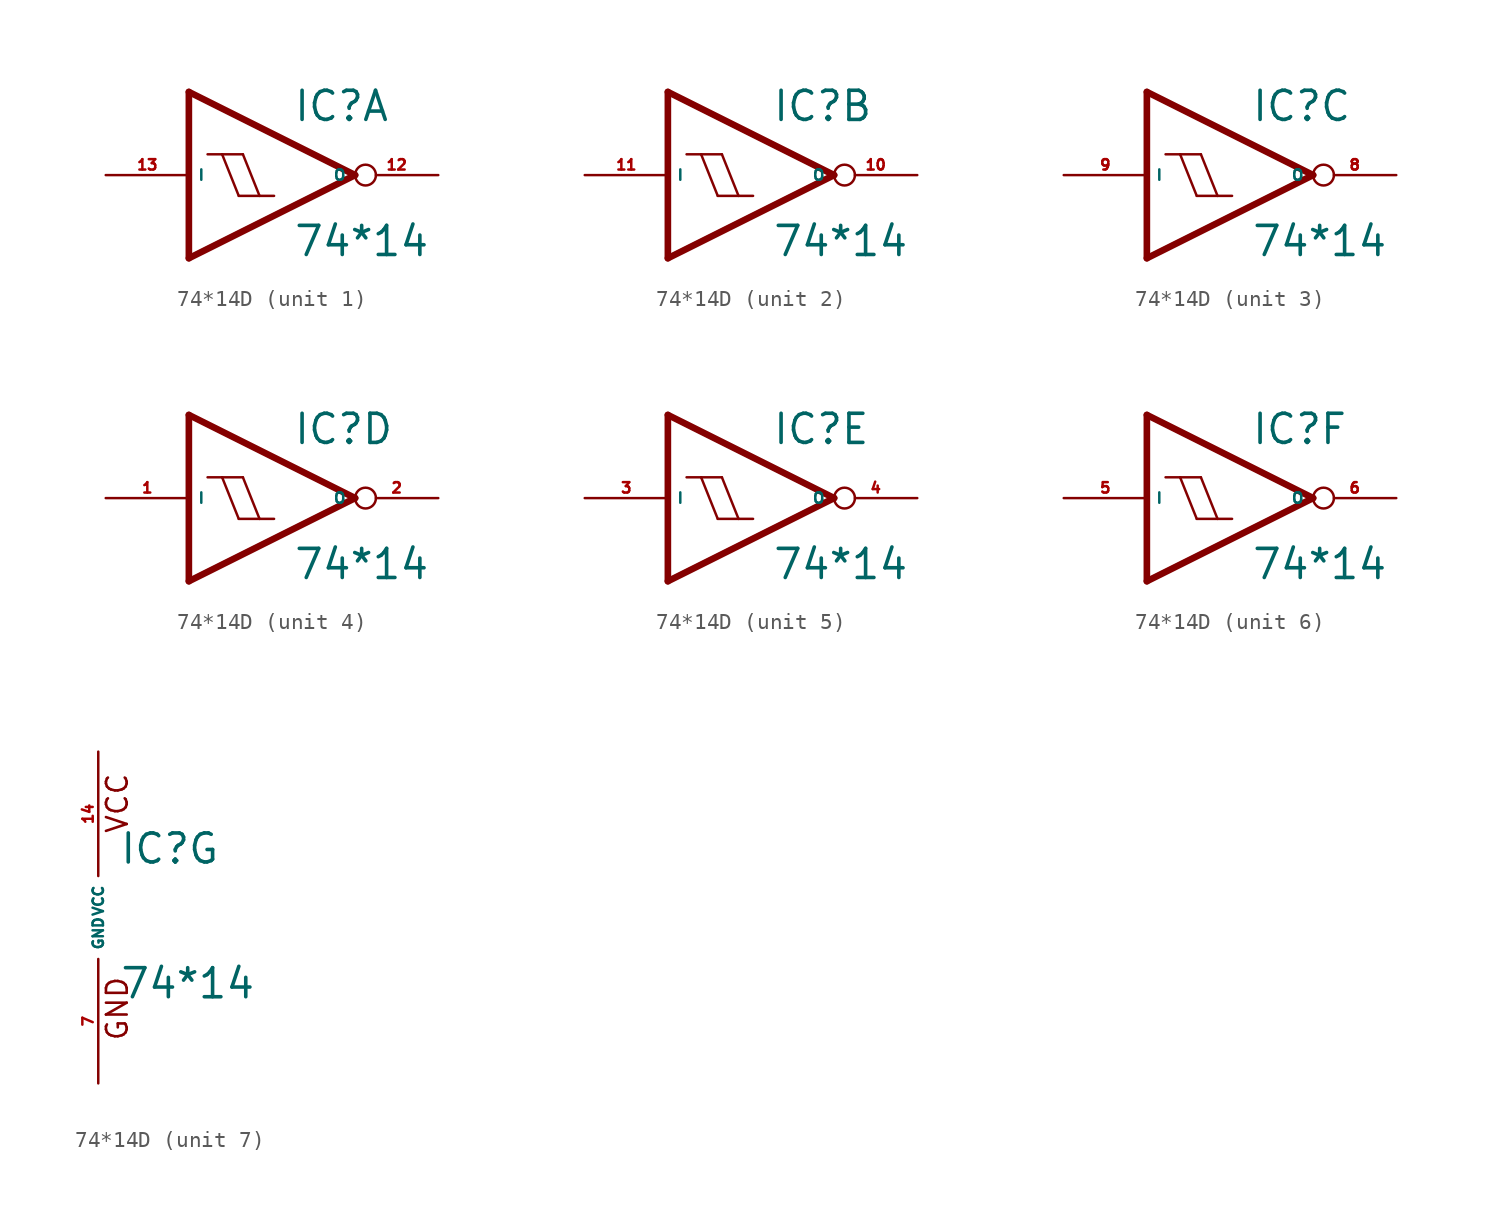
<source format=kicad_sym>
(kicad_symbol_lib
  (version 20220914)
  (generator Eagle2Kicad)
  (symbol "74*14D"
    (property "Reference" "IC"
      (at 1.27 3.175 0)
      (effects (font (size 1.778 1.778) (thickness 0.22)) (justify left bottom)))
    (property "Value" "74*14"
      (at 1.27 -5.08 0)
      (effects (font (size 1.778 1.778) (thickness 0.22)) (justify left bottom)))
    (symbol "74*14D_1_0"
      (polyline (pts (xy -5.08 5.08) (xy 5.08 0)) (stroke (width 0.406) (type default)) (fill (type none)))
      (polyline (pts (xy 5.08 0) (xy -5.08 -5.08)) (stroke (width 0.406) (type default)) (fill (type none)))
      (polyline (pts (xy -5.08 -5.08) (xy -5.08 5.08)) (stroke (width 0.406) (type default)) (fill (type none)))
      (polyline (pts (xy -0.762 -1.27) (xy -1.778 1.27)) (stroke (width 0.152) (type default)) (fill (type none)))
      (polyline (pts (xy -2.032 -1.27) (xy -3.048 1.27)) (stroke (width 0.152) (type default)) (fill (type none)))
      (polyline (pts (xy -2.032 -1.27) (xy -0.762 -1.27)) (stroke (width 0.152) (type default)) (fill (type none)))
      (polyline (pts (xy -0.762 -1.27) (xy 0.127 -1.27)) (stroke (width 0.152) (type default)) (fill (type none)))
      (polyline (pts (xy -3.937 1.27) (xy -3.048 1.27)) (stroke (width 0.152) (type default)) (fill (type none)))
      (polyline (pts (xy -3.048 1.27) (xy -1.778 1.27)) (stroke (width 0.152) (type default)) (fill (type none)))
      (pin input line (at -10.16 0 0) (length 5.08) (name "I" (effects (font (size 0.635 0.635) (thickness 0.08)) (justify left bottom))) (number "13" (effects (font (size 0.635 0.635) (thickness 0.08)) (justify left bottom))))
      (pin output inverted (at 10.16 0 180) (length 5.08) (name "O" (effects (font (size 0.635 0.635) (thickness 0.08)) (justify left bottom))) (number "12" (effects (font (size 0.635 0.635) (thickness 0.08)) (justify left bottom)))))
    (symbol "74*14D_2_0"
      (polyline (pts (xy -5.08 5.08) (xy 5.08 0)) (stroke (width 0.406) (type default)) (fill (type none)))
      (polyline (pts (xy 5.08 0) (xy -5.08 -5.08)) (stroke (width 0.406) (type default)) (fill (type none)))
      (polyline (pts (xy -5.08 -5.08) (xy -5.08 5.08)) (stroke (width 0.406) (type default)) (fill (type none)))
      (polyline (pts (xy -0.762 -1.27) (xy -1.778 1.27)) (stroke (width 0.152) (type default)) (fill (type none)))
      (polyline (pts (xy -2.032 -1.27) (xy -3.048 1.27)) (stroke (width 0.152) (type default)) (fill (type none)))
      (polyline (pts (xy -2.032 -1.27) (xy -0.762 -1.27)) (stroke (width 0.152) (type default)) (fill (type none)))
      (polyline (pts (xy -0.762 -1.27) (xy 0.127 -1.27)) (stroke (width 0.152) (type default)) (fill (type none)))
      (polyline (pts (xy -3.937 1.27) (xy -3.048 1.27)) (stroke (width 0.152) (type default)) (fill (type none)))
      (polyline (pts (xy -3.048 1.27) (xy -1.778 1.27)) (stroke (width 0.152) (type default)) (fill (type none)))
      (pin input line (at -10.16 0 0) (length 5.08) (name "I" (effects (font (size 0.635 0.635) (thickness 0.08)) (justify left bottom))) (number "11" (effects (font (size 0.635 0.635) (thickness 0.08)) (justify left bottom))))
      (pin output inverted (at 10.16 0 180) (length 5.08) (name "O" (effects (font (size 0.635 0.635) (thickness 0.08)) (justify left bottom))) (number "10" (effects (font (size 0.635 0.635) (thickness 0.08)) (justify left bottom)))))
    (symbol "74*14D_3_0"
      (polyline (pts (xy -5.08 5.08) (xy 5.08 0)) (stroke (width 0.406) (type default)) (fill (type none)))
      (polyline (pts (xy 5.08 0) (xy -5.08 -5.08)) (stroke (width 0.406) (type default)) (fill (type none)))
      (polyline (pts (xy -5.08 -5.08) (xy -5.08 5.08)) (stroke (width 0.406) (type default)) (fill (type none)))
      (polyline (pts (xy -0.762 -1.27) (xy -1.778 1.27)) (stroke (width 0.152) (type default)) (fill (type none)))
      (polyline (pts (xy -2.032 -1.27) (xy -3.048 1.27)) (stroke (width 0.152) (type default)) (fill (type none)))
      (polyline (pts (xy -2.032 -1.27) (xy -0.762 -1.27)) (stroke (width 0.152) (type default)) (fill (type none)))
      (polyline (pts (xy -0.762 -1.27) (xy 0.127 -1.27)) (stroke (width 0.152) (type default)) (fill (type none)))
      (polyline (pts (xy -3.937 1.27) (xy -3.048 1.27)) (stroke (width 0.152) (type default)) (fill (type none)))
      (polyline (pts (xy -3.048 1.27) (xy -1.778 1.27)) (stroke (width 0.152) (type default)) (fill (type none)))
      (pin input line (at -10.16 0 0) (length 5.08) (name "I" (effects (font (size 0.635 0.635) (thickness 0.08)) (justify left bottom))) (number "9" (effects (font (size 0.635 0.635) (thickness 0.08)) (justify left bottom))))
      (pin output inverted (at 10.16 0 180) (length 5.08) (name "O" (effects (font (size 0.635 0.635) (thickness 0.08)) (justify left bottom))) (number "8" (effects (font (size 0.635 0.635) (thickness 0.08)) (justify left bottom)))))
    (symbol "74*14D_4_0"
      (polyline (pts (xy -5.08 5.08) (xy 5.08 0)) (stroke (width 0.406) (type default)) (fill (type none)))
      (polyline (pts (xy 5.08 0) (xy -5.08 -5.08)) (stroke (width 0.406) (type default)) (fill (type none)))
      (polyline (pts (xy -5.08 -5.08) (xy -5.08 5.08)) (stroke (width 0.406) (type default)) (fill (type none)))
      (polyline (pts (xy -0.762 -1.27) (xy -1.778 1.27)) (stroke (width 0.152) (type default)) (fill (type none)))
      (polyline (pts (xy -2.032 -1.27) (xy -3.048 1.27)) (stroke (width 0.152) (type default)) (fill (type none)))
      (polyline (pts (xy -2.032 -1.27) (xy -0.762 -1.27)) (stroke (width 0.152) (type default)) (fill (type none)))
      (polyline (pts (xy -0.762 -1.27) (xy 0.127 -1.27)) (stroke (width 0.152) (type default)) (fill (type none)))
      (polyline (pts (xy -3.937 1.27) (xy -3.048 1.27)) (stroke (width 0.152) (type default)) (fill (type none)))
      (polyline (pts (xy -3.048 1.27) (xy -1.778 1.27)) (stroke (width 0.152) (type default)) (fill (type none)))
      (pin input line (at -10.16 0 0) (length 5.08) (name "I" (effects (font (size 0.635 0.635) (thickness 0.08)) (justify left bottom))) (number "1" (effects (font (size 0.635 0.635) (thickness 0.08)) (justify left bottom))))
      (pin output inverted (at 10.16 0 180) (length 5.08) (name "O" (effects (font (size 0.635 0.635) (thickness 0.08)) (justify left bottom))) (number "2" (effects (font (size 0.635 0.635) (thickness 0.08)) (justify left bottom)))))
    (symbol "74*14D_5_0"
      (polyline (pts (xy -5.08 5.08) (xy 5.08 0)) (stroke (width 0.406) (type default)) (fill (type none)))
      (polyline (pts (xy 5.08 0) (xy -5.08 -5.08)) (stroke (width 0.406) (type default)) (fill (type none)))
      (polyline (pts (xy -5.08 -5.08) (xy -5.08 5.08)) (stroke (width 0.406) (type default)) (fill (type none)))
      (polyline (pts (xy -0.762 -1.27) (xy -1.778 1.27)) (stroke (width 0.152) (type default)) (fill (type none)))
      (polyline (pts (xy -2.032 -1.27) (xy -3.048 1.27)) (stroke (width 0.152) (type default)) (fill (type none)))
      (polyline (pts (xy -2.032 -1.27) (xy -0.762 -1.27)) (stroke (width 0.152) (type default)) (fill (type none)))
      (polyline (pts (xy -0.762 -1.27) (xy 0.127 -1.27)) (stroke (width 0.152) (type default)) (fill (type none)))
      (polyline (pts (xy -3.937 1.27) (xy -3.048 1.27)) (stroke (width 0.152) (type default)) (fill (type none)))
      (polyline (pts (xy -3.048 1.27) (xy -1.778 1.27)) (stroke (width 0.152) (type default)) (fill (type none)))
      (pin input line (at -10.16 0 0) (length 5.08) (name "I" (effects (font (size 0.635 0.635) (thickness 0.08)) (justify left bottom))) (number "3" (effects (font (size 0.635 0.635) (thickness 0.08)) (justify left bottom))))
      (pin output inverted (at 10.16 0 180) (length 5.08) (name "O" (effects (font (size 0.635 0.635) (thickness 0.08)) (justify left bottom))) (number "4" (effects (font (size 0.635 0.635) (thickness 0.08)) (justify left bottom)))))
    (symbol "74*14D_6_0"
      (polyline (pts (xy -5.08 5.08) (xy 5.08 0)) (stroke (width 0.406) (type default)) (fill (type none)))
      (polyline (pts (xy 5.08 0) (xy -5.08 -5.08)) (stroke (width 0.406) (type default)) (fill (type none)))
      (polyline (pts (xy -5.08 -5.08) (xy -5.08 5.08)) (stroke (width 0.406) (type default)) (fill (type none)))
      (polyline (pts (xy -0.762 -1.27) (xy -1.778 1.27)) (stroke (width 0.152) (type default)) (fill (type none)))
      (polyline (pts (xy -2.032 -1.27) (xy -3.048 1.27)) (stroke (width 0.152) (type default)) (fill (type none)))
      (polyline (pts (xy -2.032 -1.27) (xy -0.762 -1.27)) (stroke (width 0.152) (type default)) (fill (type none)))
      (polyline (pts (xy -0.762 -1.27) (xy 0.127 -1.27)) (stroke (width 0.152) (type default)) (fill (type none)))
      (polyline (pts (xy -3.937 1.27) (xy -3.048 1.27)) (stroke (width 0.152) (type default)) (fill (type none)))
      (polyline (pts (xy -3.048 1.27) (xy -1.778 1.27)) (stroke (width 0.152) (type default)) (fill (type none)))
      (pin input line (at -10.16 0 0) (length 5.08) (name "I" (effects (font (size 0.635 0.635) (thickness 0.08)) (justify left bottom))) (number "5" (effects (font (size 0.635 0.635) (thickness 0.08)) (justify left bottom))))
      (pin output inverted (at 10.16 0 180) (length 5.08) (name "O" (effects (font (size 0.635 0.635) (thickness 0.08)) (justify left bottom))) (number "6" (effects (font (size 0.635 0.635) (thickness 0.08)) (justify left bottom)))))
    (symbol "74*14D_7_0"
      (text "GND" (at 1.905 -7.62 900) (effects (font (size 1.27 1.27) (thickness 0.16)) (justify left bottom)))
      (text "VCC" (at 1.905 5.08 900) (effects (font (size 1.27 1.27) (thickness 0.16)) (justify left bottom)))
      (pin unspecified line (at 0 -10.16 90) (length 7.62) (name "GND" (effects (font (size 0.635 0.635) (thickness 0.08)) (justify left bottom))) (number "7" (effects (font (size 0.635 0.635) (thickness 0.08)) (justify left bottom))))
      (pin unspecified line (at 0 10.16 270) (length 7.62) (name "VCC" (effects (font (size 0.635 0.635) (thickness 0.08)) (justify left bottom))) (number "14" (effects (font (size 0.635 0.635) (thickness 0.08)) (justify left bottom)))))))
</source>
